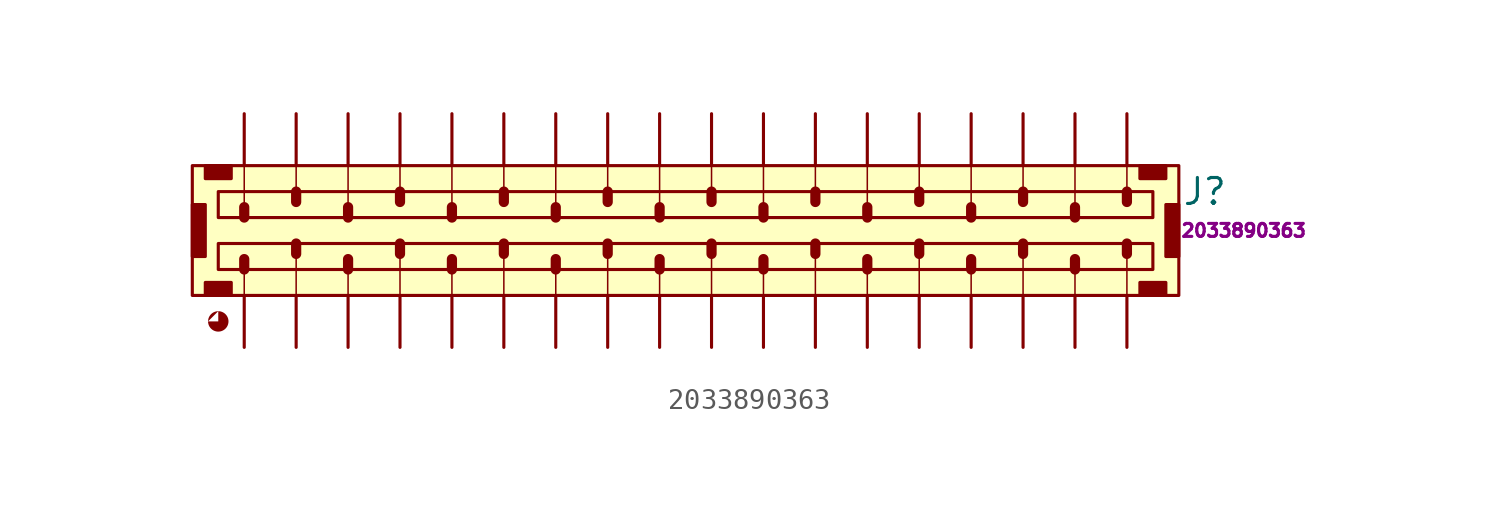
<source format=kicad_sym>
(kicad_symbol_lib
  (version 20220914)
  (generator kicad_symbol_editor)
  (symbol "2033890363"
    (pin_numbers hide)
    (pin_names hide)
    (property "Reference" "J"
      (at 46.99 -3.81 0)
      (effects (font (size 1.27 1.27))))
    (property "Mfr PN" "2033890363"
      (at 48.895 -5.715 0)
      (effects (font (size 0.635 0.635))))
    (symbol "2033890363_1_1"
      (rectangle (start -2.54 -4.445) (end -1.905 -6.985) (stroke (width 0) (type default)) (fill (type outline)))
      (rectangle (start -2.54 -2.54) (end 45.72 -8.89) (stroke (width 0) (type default)) (fill (type background)))
      (rectangle (start -1.905 -8.255) (end -0.635 -8.89) (stroke (width 0) (type default)) (fill (type outline)))
      (rectangle (start -1.905 -2.54) (end -0.635 -3.175) (stroke (width 0) (type default)) (fill (type outline)))
      (circle (center -1.27 -10.16) (radius 0.0001) (stroke (width 1) (type default)) (fill (type outline)))
      (rectangle (start -1.27 -5.08) (end 44.45 -3.81) (stroke (width 0) (type default)) (fill (type background)))
      (polyline (pts (xy 0 -8.89) (xy 0 -7.62)) (stroke (width 0.075) (type default)) (fill (type none)))
      (polyline (pts (xy 0 -7.62) (xy 0 -7.112)) (stroke (width 0.5) (type default)) (fill (type none)))
      (polyline (pts (xy 0 -5.08) (xy 0 -4.572)) (stroke (width 0.5) (type default)) (fill (type none)))
      (polyline (pts (xy 0 -2.54) (xy 0 -4.445)) (stroke (width 0.075) (type default)) (fill (type none)))
      (polyline (pts (xy 2.54 -8.89) (xy 2.54 -6.985)) (stroke (width 0.075) (type default)) (fill (type none)))
      (polyline (pts (xy 2.54 -6.35) (xy 2.54 -6.858)) (stroke (width 0.5) (type default)) (fill (type none)))
      (polyline (pts (xy 2.54 -3.81) (xy 2.54 -4.318)) (stroke (width 0.5) (type default)) (fill (type none)))
      (polyline (pts (xy 2.54 -2.54) (xy 2.54 -3.81)) (stroke (width 0.075) (type default)) (fill (type none)))
      (polyline (pts (xy 5.08 -8.89) (xy 5.08 -7.62)) (stroke (width 0.075) (type default)) (fill (type none)))
      (polyline (pts (xy 5.08 -7.62) (xy 5.08 -7.112)) (stroke (width 0.5) (type default)) (fill (type none)))
      (polyline (pts (xy 5.08 -5.08) (xy 5.08 -4.572)) (stroke (width 0.5) (type default)) (fill (type none)))
      (polyline (pts (xy 5.08 -2.54) (xy 5.08 -4.445)) (stroke (width 0.075) (type default)) (fill (type none)))
      (polyline (pts (xy 7.62 -8.89) (xy 7.62 -6.985)) (stroke (width 0.075) (type default)) (fill (type none)))
      (polyline (pts (xy 7.62 -6.35) (xy 7.62 -6.858)) (stroke (width 0.5) (type default)) (fill (type none)))
      (polyline (pts (xy 7.62 -3.81) (xy 7.62 -4.318)) (stroke (width 0.5) (type default)) (fill (type none)))
      (polyline (pts (xy 7.62 -2.54) (xy 7.62 -3.81)) (stroke (width 0.075) (type default)) (fill (type none)))
      (polyline (pts (xy 10.16 -8.89) (xy 10.16 -7.62)) (stroke (width 0.075) (type default)) (fill (type none)))
      (polyline (pts (xy 10.16 -7.62) (xy 10.16 -7.112)) (stroke (width 0.5) (type default)) (fill (type none)))
      (polyline (pts (xy 10.16 -5.08) (xy 10.16 -4.572)) (stroke (width 0.5) (type default)) (fill (type none)))
      (polyline (pts (xy 10.16 -2.54) (xy 10.16 -4.445)) (stroke (width 0.075) (type default)) (fill (type none)))
      (polyline (pts (xy 12.7 -8.89) (xy 12.7 -6.985)) (stroke (width 0.075) (type default)) (fill (type none)))
      (polyline (pts (xy 12.7 -6.35) (xy 12.7 -6.858)) (stroke (width 0.5) (type default)) (fill (type none)))
      (polyline (pts (xy 12.7 -3.81) (xy 12.7 -4.318)) (stroke (width 0.5) (type default)) (fill (type none)))
      (polyline (pts (xy 12.7 -2.54) (xy 12.7 -3.81)) (stroke (width 0.075) (type default)) (fill (type none)))
      (polyline (pts (xy 15.24 -8.89) (xy 15.24 -7.62)) (stroke (width 0.075) (type default)) (fill (type none)))
      (polyline (pts (xy 15.24 -7.62) (xy 15.24 -7.112)) (stroke (width 0.5) (type default)) (fill (type none)))
      (polyline (pts (xy 15.24 -5.08) (xy 15.24 -4.572)) (stroke (width 0.5) (type default)) (fill (type none)))
      (polyline (pts (xy 15.24 -2.54) (xy 15.24 -4.445)) (stroke (width 0.075) (type default)) (fill (type none)))
      (polyline (pts (xy 17.78 -8.89) (xy 17.78 -6.985)) (stroke (width 0.075) (type default)) (fill (type none)))
      (polyline (pts (xy 17.78 -6.35) (xy 17.78 -6.858)) (stroke (width 0.5) (type default)) (fill (type none)))
      (polyline (pts (xy 17.78 -3.81) (xy 17.78 -4.318)) (stroke (width 0.5) (type default)) (fill (type none)))
      (polyline (pts (xy 17.78 -2.54) (xy 17.78 -3.81)) (stroke (width 0.075) (type default)) (fill (type none)))
      (polyline (pts (xy 20.32 -8.89) (xy 20.32 -7.62)) (stroke (width 0.075) (type default)) (fill (type none)))
      (polyline (pts (xy 20.32 -7.62) (xy 20.32 -7.112)) (stroke (width 0.5) (type default)) (fill (type none)))
      (polyline (pts (xy 20.32 -5.08) (xy 20.32 -4.572)) (stroke (width 0.5) (type default)) (fill (type none)))
      (polyline (pts (xy 20.32 -2.54) (xy 20.32 -4.445)) (stroke (width 0.075) (type default)) (fill (type none)))
      (polyline (pts (xy 22.86 -8.89) (xy 22.86 -6.985)) (stroke (width 0.075) (type default)) (fill (type none)))
      (polyline (pts (xy 22.86 -6.35) (xy 22.86 -6.858)) (stroke (width 0.5) (type default)) (fill (type none)))
      (polyline (pts (xy 22.86 -3.81) (xy 22.86 -4.318)) (stroke (width 0.5) (type default)) (fill (type none)))
      (polyline (pts (xy 22.86 -2.54) (xy 22.86 -3.81)) (stroke (width 0.075) (type default)) (fill (type none)))
      (polyline (pts (xy 25.4 -8.89) (xy 25.4 -7.62)) (stroke (width 0.075) (type default)) (fill (type none)))
      (polyline (pts (xy 25.4 -7.62) (xy 25.4 -7.112)) (stroke (width 0.5) (type default)) (fill (type none)))
      (polyline (pts (xy 25.4 -5.08) (xy 25.4 -4.572)) (stroke (width 0.5) (type default)) (fill (type none)))
      (polyline (pts (xy 25.4 -2.54) (xy 25.4 -4.445)) (stroke (width 0.075) (type default)) (fill (type none)))
      (polyline (pts (xy 27.94 -8.89) (xy 27.94 -6.985)) (stroke (width 0.075) (type default)) (fill (type none)))
      (polyline (pts (xy 27.94 -6.35) (xy 27.94 -6.858)) (stroke (width 0.5) (type default)) (fill (type none)))
      (polyline (pts (xy 27.94 -3.81) (xy 27.94 -4.318)) (stroke (width 0.5) (type default)) (fill (type none)))
      (polyline (pts (xy 27.94 -2.54) (xy 27.94 -3.81)) (stroke (width 0.075) (type default)) (fill (type none)))
      (polyline (pts (xy 30.48 -8.89) (xy 30.48 -7.62)) (stroke (width 0.075) (type default)) (fill (type none)))
      (polyline (pts (xy 30.48 -7.62) (xy 30.48 -7.112)) (stroke (width 0.5) (type default)) (fill (type none)))
      (polyline (pts (xy 30.48 -5.08) (xy 30.48 -4.572)) (stroke (width 0.5) (type default)) (fill (type none)))
      (polyline (pts (xy 30.48 -2.54) (xy 30.48 -4.445)) (stroke (width 0.075) (type default)) (fill (type none)))
      (polyline (pts (xy 33.02 -8.89) (xy 33.02 -6.985)) (stroke (width 0.075) (type default)) (fill (type none)))
      (polyline (pts (xy 33.02 -6.35) (xy 33.02 -6.858)) (stroke (width 0.5) (type default)) (fill (type none)))
      (polyline (pts (xy 33.02 -3.81) (xy 33.02 -4.318)) (stroke (width 0.5) (type default)) (fill (type none)))
      (polyline (pts (xy 33.02 -2.54) (xy 33.02 -3.81)) (stroke (width 0.075) (type default)) (fill (type none)))
      (polyline (pts (xy 35.56 -8.89) (xy 35.56 -7.62)) (stroke (width 0.075) (type default)) (fill (type none)))
      (polyline (pts (xy 35.56 -7.62) (xy 35.56 -7.112)) (stroke (width 0.5) (type default)) (fill (type none)))
      (polyline (pts (xy 35.56 -5.08) (xy 35.56 -4.572)) (stroke (width 0.5) (type default)) (fill (type none)))
      (polyline (pts (xy 35.56 -2.54) (xy 35.56 -4.445)) (stroke (width 0.075) (type default)) (fill (type none)))
      (polyline (pts (xy 38.1 -8.89) (xy 38.1 -6.985)) (stroke (width 0.075) (type default)) (fill (type none)))
      (polyline (pts (xy 38.1 -6.35) (xy 38.1 -6.858)) (stroke (width 0.5) (type default)) (fill (type none)))
      (polyline (pts (xy 38.1 -3.81) (xy 38.1 -4.318)) (stroke (width 0.5) (type default)) (fill (type none)))
      (polyline (pts (xy 38.1 -2.54) (xy 38.1 -3.81)) (stroke (width 0.075) (type default)) (fill (type none)))
      (polyline (pts (xy 40.64 -8.89) (xy 40.64 -7.62)) (stroke (width 0.075) (type default)) (fill (type none)))
      (polyline (pts (xy 40.64 -7.62) (xy 40.64 -7.112)) (stroke (width 0.5) (type default)) (fill (type none)))
      (polyline (pts (xy 40.64 -5.08) (xy 40.64 -4.572)) (stroke (width 0.5) (type default)) (fill (type none)))
      (polyline (pts (xy 40.64 -2.54) (xy 40.64 -4.445)) (stroke (width 0.075) (type default)) (fill (type none)))
      (polyline (pts (xy 43.18 -8.89) (xy 43.18 -6.985)) (stroke (width 0.075) (type default)) (fill (type none)))
      (polyline (pts (xy 43.18 -6.35) (xy 43.18 -6.858)) (stroke (width 0.5) (type default)) (fill (type none)))
      (polyline (pts (xy 43.18 -3.81) (xy 43.18 -4.318)) (stroke (width 0.5) (type default)) (fill (type none)))
      (polyline (pts (xy 43.18 -2.54) (xy 43.18 -3.81)) (stroke (width 0.075) (type default)) (fill (type none)))
      (rectangle (start 43.815 -8.255) (end 45.085 -8.89) (stroke (width 0) (type default)) (fill (type outline)))
      (rectangle (start 43.815 -2.54) (end 45.085 -3.175) (stroke (width 0) (type default)) (fill (type outline)))
      (rectangle (start 44.45 -6.35) (end -1.27 -7.62) (stroke (width 0) (type default)) (fill (type background)))
      (rectangle (start 45.72 -4.445) (end 45.085 -6.985) (stroke (width 0) (type default)) (fill (type outline)))
      (pin passive line (at 0 -11.43 90) (length 2.54) (name "1" (effects (font (size 1.27 1.27)))) (number "1" (effects (font (size 1.27 1.27)))))
      (pin passive line (at 22.86 -11.43 90) (length 2.54) (name "10" (effects (font (size 1.27 1.27)))) (number "10" (effects (font (size 1.27 1.27)))))
      (pin passive line (at 25.4 -11.43 90) (length 2.54) (name "11" (effects (font (size 1.27 1.27)))) (number "11" (effects (font (size 1.27 1.27)))))
      (pin passive line (at 27.94 -11.43 90) (length 2.54) (name "12" (effects (font (size 1.27 1.27)))) (number "12" (effects (font (size 1.27 1.27)))))
      (pin passive line (at 30.48 -11.43 90) (length 2.54) (name "13" (effects (font (size 1.27 1.27)))) (number "13" (effects (font (size 1.27 1.27)))))
      (pin passive line (at 33.02 -11.43 90) (length 2.54) (name "14" (effects (font (size 1.27 1.27)))) (number "14" (effects (font (size 1.27 1.27)))))
      (pin passive line (at 35.56 -11.43 90) (length 2.54) (name "15" (effects (font (size 1.27 1.27)))) (number "15" (effects (font (size 1.27 1.27)))))
      (pin passive line (at 38.1 -11.43 90) (length 2.54) (name "16" (effects (font (size 1.27 1.27)))) (number "16" (effects (font (size 1.27 1.27)))))
      (pin passive line (at 40.64 -11.43 90) (length 2.54) (name "17" (effects (font (size 1.27 1.27)))) (number "17" (effects (font (size 1.27 1.27)))))
      (pin passive line (at 43.18 -11.43 90) (length 2.54) (name "18" (effects (font (size 1.27 1.27)))) (number "18" (effects (font (size 1.27 1.27)))))
      (pin passive line (at 0 0 270) (length 2.54) (name "19" (effects (font (size 1.27 1.27)))) (number "19" (effects (font (size 1.27 1.27)))))
      (pin passive line (at 2.54 -11.43 90) (length 2.54) (name "2" (effects (font (size 1.27 1.27)))) (number "2" (effects (font (size 1.27 1.27)))))
      (pin passive line (at 2.54 0 270) (length 2.54) (name "20" (effects (font (size 1.27 1.27)))) (number "20" (effects (font (size 1.27 1.27)))))
      (pin passive line (at 5.08 0 270) (length 2.54) (name "21" (effects (font (size 1.27 1.27)))) (number "21" (effects (font (size 1.27 1.27)))))
      (pin passive line (at 7.62 0 270) (length 2.54) (name "22" (effects (font (size 1.27 1.27)))) (number "22" (effects (font (size 1.27 1.27)))))
      (pin passive line (at 10.16 0 270) (length 2.54) (name "23" (effects (font (size 1.27 1.27)))) (number "23" (effects (font (size 1.27 1.27)))))
      (pin passive line (at 12.7 0 270) (length 2.54) (name "24" (effects (font (size 1.27 1.27)))) (number "24" (effects (font (size 1.27 1.27)))))
      (pin passive line (at 15.24 0 270) (length 2.54) (name "25" (effects (font (size 1.27 1.27)))) (number "25" (effects (font (size 1.27 1.27)))))
      (pin passive line (at 17.78 0 270) (length 2.54) (name "26" (effects (font (size 1.27 1.27)))) (number "26" (effects (font (size 1.27 1.27)))))
      (pin passive line (at 20.32 0 270) (length 2.54) (name "27" (effects (font (size 1.27 1.27)))) (number "27" (effects (font (size 1.27 1.27)))))
      (pin passive line (at 22.86 0 270) (length 2.54) (name "28" (effects (font (size 1.27 1.27)))) (number "28" (effects (font (size 1.27 1.27)))))
      (pin passive line (at 25.4 0 270) (length 2.54) (name "29" (effects (font (size 1.27 1.27)))) (number "29" (effects (font (size 1.27 1.27)))))
      (pin passive line (at 5.08 -11.43 90) (length 2.54) (name "3" (effects (font (size 1.27 1.27)))) (number "3" (effects (font (size 1.27 1.27)))))
      (pin passive line (at 27.94 0 270) (length 2.54) (name "30" (effects (font (size 1.27 1.27)))) (number "30" (effects (font (size 1.27 1.27)))))
      (pin passive line (at 30.48 0 270) (length 2.54) (name "31" (effects (font (size 1.27 1.27)))) (number "31" (effects (font (size 1.27 1.27)))))
      (pin passive line (at 33.02 0 270) (length 2.54) (name "32" (effects (font (size 1.27 1.27)))) (number "32" (effects (font (size 1.27 1.27)))))
      (pin passive line (at 35.56 0 270) (length 2.54) (name "33" (effects (font (size 1.27 1.27)))) (number "33" (effects (font (size 1.27 1.27)))))
      (pin passive line (at 38.1 0 270) (length 2.54) (name "34" (effects (font (size 1.27 1.27)))) (number "34" (effects (font (size 1.27 1.27)))))
      (pin passive line (at 40.64 0 270) (length 2.54) (name "35" (effects (font (size 1.27 1.27)))) (number "35" (effects (font (size 1.27 1.27)))))
      (pin passive line (at 43.18 0 270) (length 2.54) (name "36" (effects (font (size 1.27 1.27)))) (number "36" (effects (font (size 1.27 1.27)))))
      (pin passive line (at 7.62 -11.43 90) (length 2.54) (name "4" (effects (font (size 1.27 1.27)))) (number "4" (effects (font (size 1.27 1.27)))))
      (pin passive line (at 10.16 -11.43 90) (length 2.54) (name "5" (effects (font (size 1.27 1.27)))) (number "5" (effects (font (size 1.27 1.27)))))
      (pin passive line (at 12.7 -11.43 90) (length 2.54) (name "6" (effects (font (size 1.27 1.27)))) (number "6" (effects (font (size 1.27 1.27)))))
      (pin passive line (at 15.24 -11.43 90) (length 2.54) (name "7" (effects (font (size 1.27 1.27)))) (number "7" (effects (font (size 1.27 1.27)))))
      (pin passive line (at 17.78 -11.43 90) (length 2.54) (name "8" (effects (font (size 1.27 1.27)))) (number "8" (effects (font (size 1.27 1.27)))))
      (pin passive line (at 20.32 -11.43 90) (length 2.54) (name "9" (effects (font (size 1.27 1.27)))) (number "9" (effects (font (size 1.27 1.27))))))))
</source>
